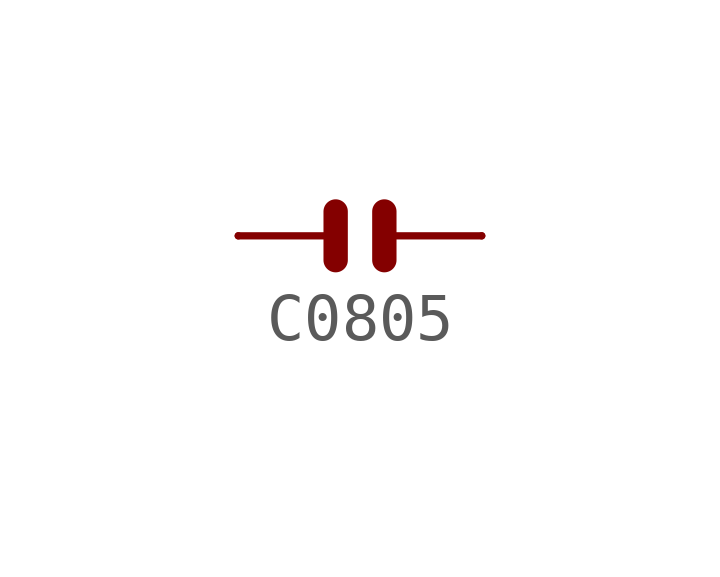
<source format=kicad_sym>
(kicad_symbol_lib
  (version 20231120)
  (generator "kicad_symbol_editor")
  (generator_version "8.0")
  (symbol "C0805"
    (property "Reference" ""
      (at -0.99 0.686 0)
      (effects (font (size 1.016 0.864)) (justify left bottom) (hide yes)))
    (property "ki_locked" ""
      (at 0 0 0)
      (effects (font (size 1.27 1.27))))
    (symbol "C0805_1_0"
      (polyline (pts (xy -2.54 0) (xy -0.635 0)) (stroke (width 0.152) (type solid)) (fill (type none)))
      (polyline (pts (xy -0.508 0.508) (xy -0.508 -0.508)) (stroke (width 0.508) (type solid)) (fill (type none)))
      (polyline (pts (xy 0.508 -0.508) (xy 0.508 0.508)) (stroke (width 0.508) (type solid)) (fill (type none)))
      (polyline (pts (xy 2.54 0) (xy 0.635 0)) (stroke (width 0.152) (type solid)) (fill (type none)))
      (pin passive line (at -2.54 0 0) (length 0) (name "1" (effects (font (size 0 0)))) (number "1" (effects (font (size 0 0)))))
      (pin passive line (at 2.54 0 180) (length 0) (name "2" (effects (font (size 0 0)))) (number "2" (effects (font (size 0 0))))))))
</source>
